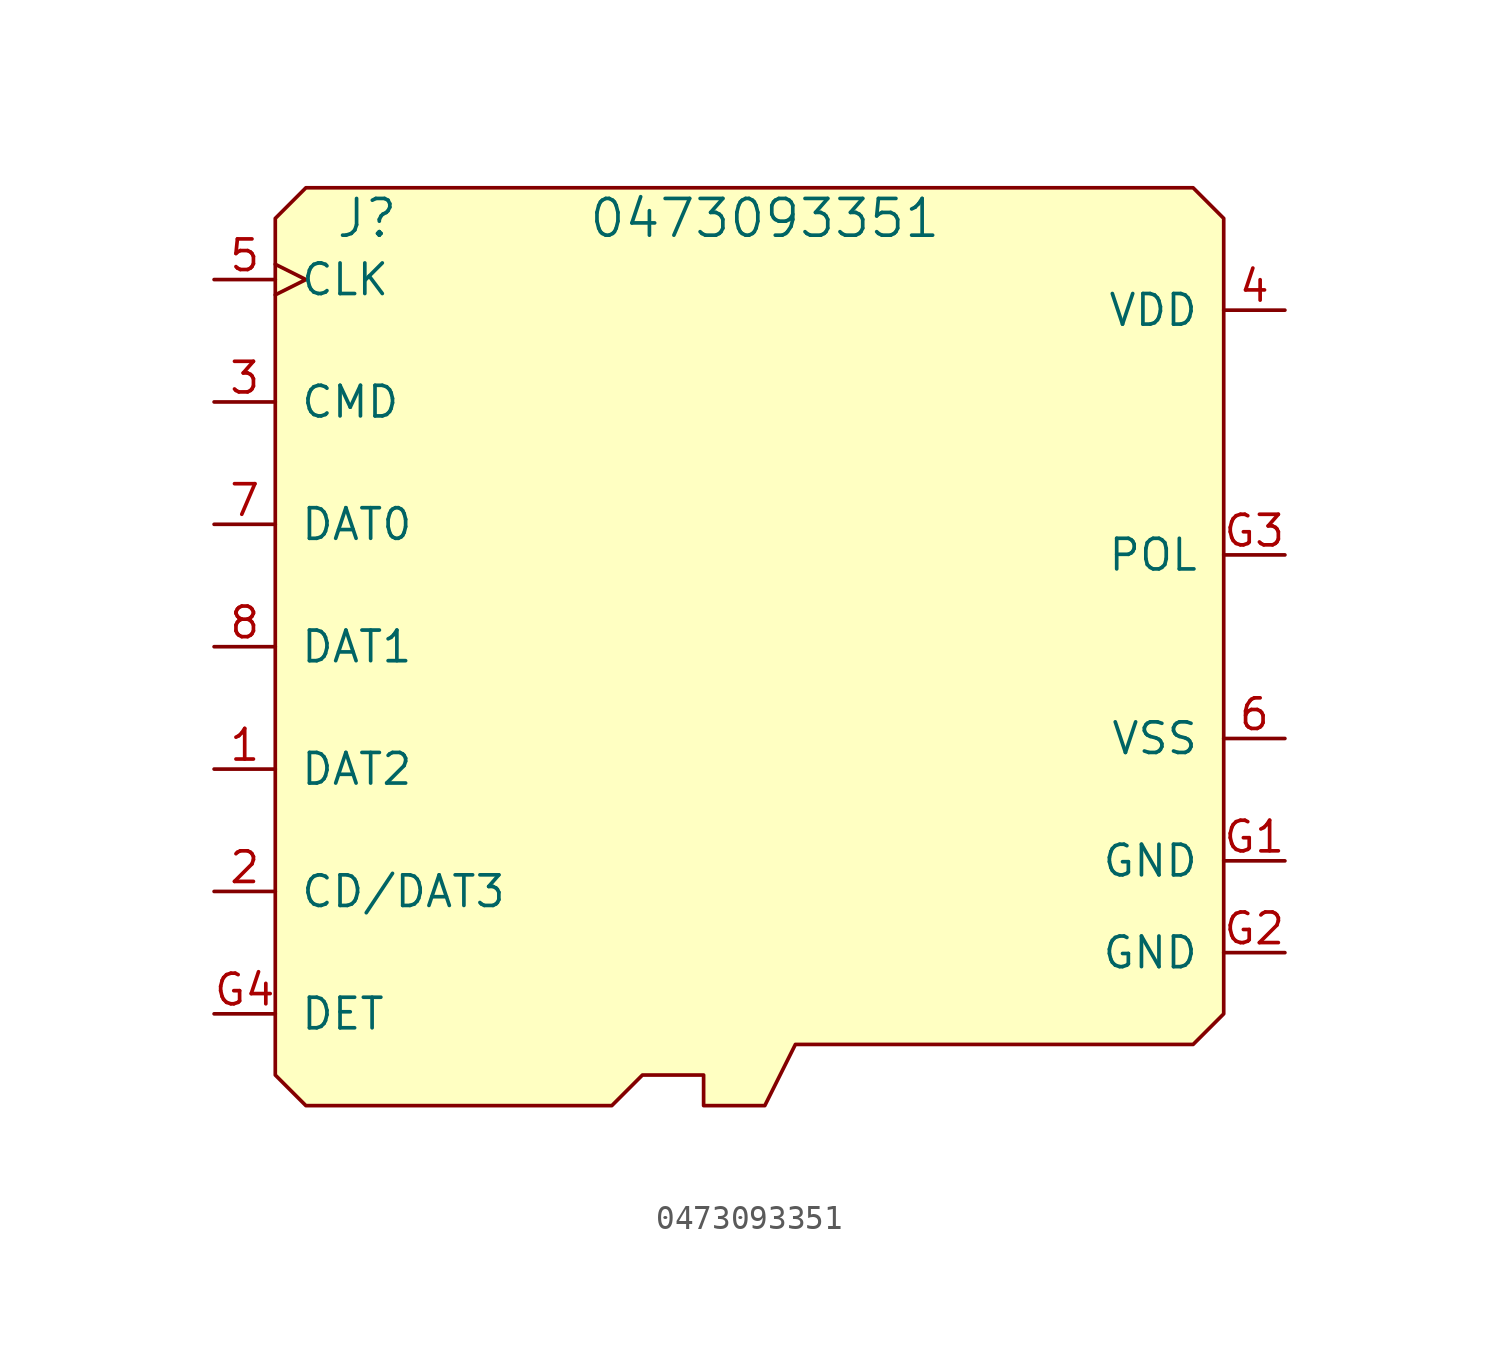
<source format=kicad_sym>
(kicad_symbol_lib
  (version 20220914)
  (generator kicad_symbol_editor)
  (symbol "0473093351"
    (pin_names
      (offset 1.016))
    (property "Reference" "J"
      (at -3.81 5.08 0)
      (effects (font (size 1.524 1.524))))
    (property "Value" "0473093351"
      (at 12.7 5.08 0)
      (effects (font (size 1.524 1.524))))
    (symbol "0473093351_0_1"
      (polyline (pts (xy -7.62 5.08) (xy -6.35 6.35) (xy 30.48 6.35) (xy 31.75 5.08) (xy 31.75 -27.94) (xy 30.48 -29.21) (xy 13.97 -29.21) (xy 12.7 -31.75) (xy 10.16 -31.75) (xy 10.16 -30.48) (xy 7.62 -30.48) (xy 6.35 -31.75) (xy -6.35 -31.75) (xy -7.62 -30.48) (xy -7.62 5.08)) (stroke (width 0) (type solid)) (fill (type background))))
    (symbol "0473093351_1_1"
      (pin bidirectional line (at -10.16 -17.78 0) (length 2.54) (name "DAT2" (effects (font (size 1.27 1.27)))) (number "1" (effects (font (size 1.27 1.27)))))
      (pin bidirectional line (at -10.16 -22.86 0) (length 2.54) (name "CD/DAT3" (effects (font (size 1.27 1.27)))) (number "2" (effects (font (size 1.27 1.27)))))
      (pin input line (at -10.16 -2.54 0) (length 2.54) (name "CMD" (effects (font (size 1.27 1.27)))) (number "3" (effects (font (size 1.27 1.27)))))
      (pin bidirectional line (at 34.29 1.27 180) (length 2.54) (name "VDD" (effects (font (size 1.27 1.27)))) (number "4" (effects (font (size 1.27 1.27)))))
      (pin input clock (at -10.16 2.54 0) (length 2.54) (name "CLK" (effects (font (size 1.27 1.27)))) (number "5" (effects (font (size 1.27 1.27)))))
      (pin power_in line (at 34.29 -16.51 180) (length 2.54) (name "VSS" (effects (font (size 1.27 1.27)))) (number "6" (effects (font (size 1.27 1.27)))))
      (pin bidirectional line (at -10.16 -7.62 0) (length 2.54) (name "DAT0" (effects (font (size 1.27 1.27)))) (number "7" (effects (font (size 1.27 1.27)))))
      (pin bidirectional line (at -10.16 -12.7 0) (length 2.54) (name "DAT1" (effects (font (size 1.27 1.27)))) (number "8" (effects (font (size 1.27 1.27)))))
      (pin power_in line (at 34.29 -21.59 180) (length 2.54) (name "GND" (effects (font (size 1.27 1.27)))) (number "G1" (effects (font (size 1.27 1.27)))))
      (pin power_in line (at 34.29 -25.4 180) (length 2.54) (name "GND" (effects (font (size 1.27 1.27)))) (number "G2" (effects (font (size 1.27 1.27)))))
      (pin power_in line (at 34.29 -8.89 180) (length 2.54) (name "POL" (effects (font (size 1.27 1.27)))) (number "G3" (effects (font (size 1.27 1.27)))))
      (pin power_in line (at -10.16 -27.94 0) (length 2.54) (name "DET" (effects (font (size 1.27 1.27)))) (number "G4" (effects (font (size 1.27 1.27))))))))
</source>
